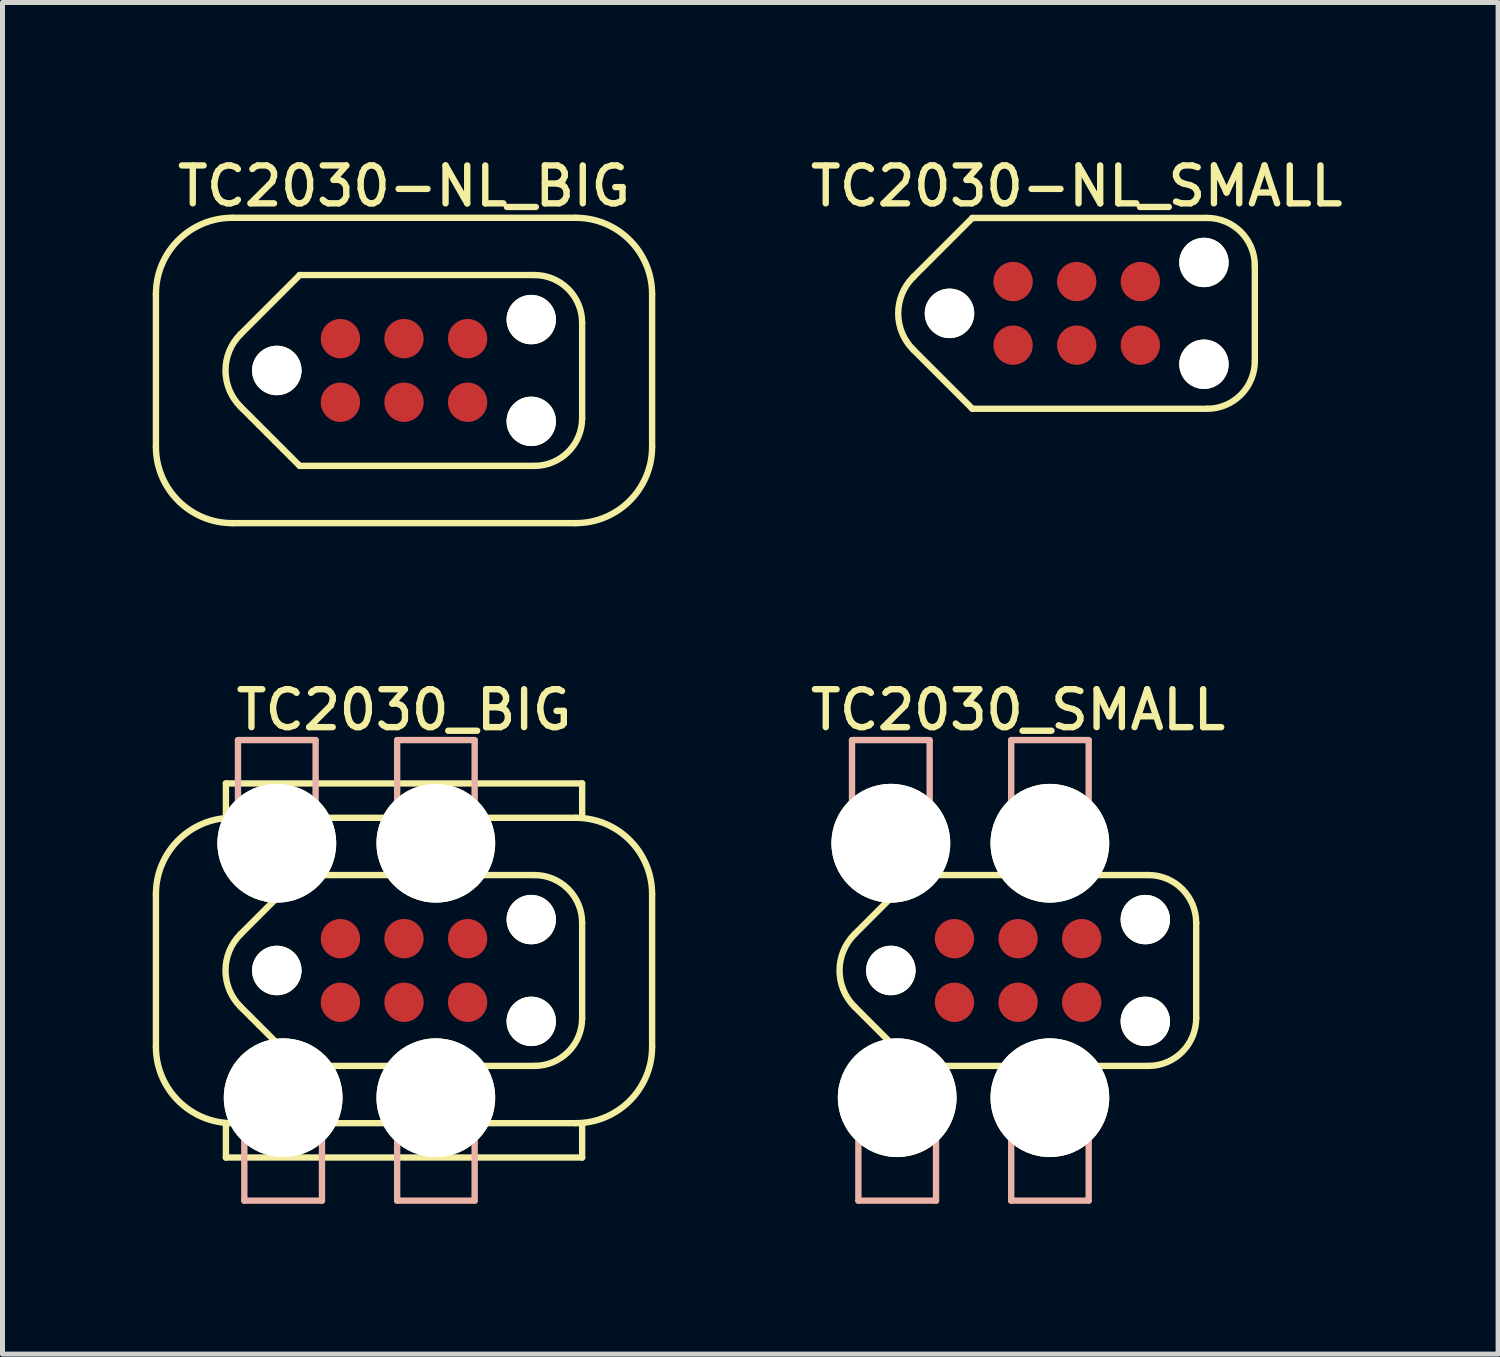
<source format=kicad_pcb>
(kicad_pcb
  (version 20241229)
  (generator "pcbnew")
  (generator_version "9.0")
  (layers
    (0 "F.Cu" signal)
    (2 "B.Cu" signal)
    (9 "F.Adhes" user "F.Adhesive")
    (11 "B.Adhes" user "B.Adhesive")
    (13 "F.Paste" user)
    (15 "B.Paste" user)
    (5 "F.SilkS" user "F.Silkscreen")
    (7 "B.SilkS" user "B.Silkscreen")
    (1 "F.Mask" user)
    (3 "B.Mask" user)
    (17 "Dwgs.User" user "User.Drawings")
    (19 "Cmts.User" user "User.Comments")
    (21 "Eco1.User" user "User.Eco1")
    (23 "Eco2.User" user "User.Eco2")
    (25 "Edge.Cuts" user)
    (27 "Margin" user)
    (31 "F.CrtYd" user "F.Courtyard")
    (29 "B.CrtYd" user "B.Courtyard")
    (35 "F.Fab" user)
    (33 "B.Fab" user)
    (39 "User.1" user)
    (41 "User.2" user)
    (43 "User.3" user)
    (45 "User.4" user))
  (footprint "TC2030_BIG"
    (layer "F.Cu")
    (at 5.016 16.325)
    (property "Reference" "TC2030_BIG" (at 0 -5.202 0) (layer "F.SilkS") (effects (font (size 0.757 0.757) (thickness 0.127))))
    (attr exclude_from_pos_files exclude_from_bom)
    (fp_line (start -4.953 1.524) (end -4.953 -1.524) (stroke (width 0.127) (type solid)) (layer "F.SilkS"))
    (fp_line (start -3.556 -3.734) (end -3.556 -3.048) (stroke (width 0.127) (type solid)) (layer "F.SilkS"))
    (fp_line (start -3.556 3.734) (end -3.556 3.048) (stroke (width 0.127) (type solid)) (layer "F.SilkS"))
    (fp_line (start -3.429 -3.048) (end 3.429 -3.048) (stroke (width 0.127) (type solid)) (layer "F.SilkS"))
    (fp_line (start -3.429 3.048) (end 3.429 3.048) (stroke (width 0.127) (type solid)) (layer "F.SilkS"))
    (fp_line (start -3.264 -0.724) (end -2.083 -1.905) (stroke (width 0.127) (type solid)) (layer "F.SilkS"))
    (fp_line (start -3.264 0.724) (end -2.083 1.905) (stroke (width 0.127) (type solid)) (layer "F.SilkS"))
    (fp_line (start 2.603 -1.905) (end -2.083 -1.905) (stroke (width 0.127) (type solid)) (layer "F.SilkS"))
    (fp_line (start 2.603 1.905) (end -2.083 1.905) (stroke (width 0.127) (type solid)) (layer "F.SilkS"))
    (fp_line (start 3.556 -3.734) (end -3.556 -3.734) (stroke (width 0.127) (type solid)) (layer "F.SilkS"))
    (fp_line (start 3.556 -3.734) (end 3.556 -3.048) (stroke (width 0.127) (type solid)) (layer "F.SilkS"))
    (fp_line (start 3.556 -0.953) (end 3.556 0.953) (stroke (width 0.127) (type solid)) (layer "F.SilkS"))
    (fp_line (start 3.556 3.734) (end -3.556 3.734) (stroke (width 0.127) (type solid)) (layer "F.SilkS"))
    (fp_line (start 3.556 3.734) (end 3.556 3.048) (stroke (width 0.127) (type solid)) (layer "F.SilkS"))
    (fp_line (start 4.953 -1.524) (end 4.953 1.524) (stroke (width 0.127) (type solid)) (layer "F.SilkS"))
    (fp_arc (start -4.953 -1.524) (mid -4.506631 -2.601631) (end -3.429 -3.048) (stroke (width 0.127) (type solid)) (layer "F.SilkS"))
    (fp_arc (start -3.429 3.048) (mid -4.506631 2.601631) (end -4.953 1.524) (stroke (width 0.127) (type solid)) (layer "F.SilkS"))
    (fp_arc (start -3.2639 0.7239) (mid -3.563749 0) (end -3.2639 -0.7239) (stroke (width 0.127) (type solid)) (layer "F.SilkS"))
    (fp_arc (start 2.6035 -1.905) (mid 3.277019 -1.626019) (end 3.556 -0.9525) (stroke (width 0.127) (type solid)) (layer "F.SilkS"))
    (fp_arc (start 3.429 -3.048) (mid 4.506631 -2.601631) (end 4.953 -1.524) (stroke (width 0.127) (type solid)) (layer "F.SilkS"))
    (fp_arc (start 3.556 0.9525) (mid 3.277019 1.626019) (end 2.6035 1.905) (stroke (width 0.127) (type solid)) (layer "F.SilkS"))
    (fp_arc (start 4.953 1.524) (mid 4.506631 2.601631) (end 3.429 3.048) (stroke (width 0.127) (type solid)) (layer "F.SilkS"))
    (fp_line (start -3.315 -4.6) (end -1.765 -4.6) (stroke (width 0.127) (type solid)) (layer "B.SilkS"))
    (fp_line (start -3.315 -4.595) (end -3.315 -3.378) (stroke (width 0.127) (type solid)) (layer "B.SilkS"))
    (fp_line (start -3.188 4.595) (end -3.188 3.378) (stroke (width 0.127) (type solid)) (layer "B.SilkS"))
    (fp_line (start -1.765 -4.595) (end -1.765 -3.378) (stroke (width 0.127) (type solid)) (layer "B.SilkS"))
    (fp_line (start -1.638 4.595) (end -3.188 4.595) (stroke (width 0.127) (type solid)) (layer "B.SilkS"))
    (fp_line (start -1.638 4.595) (end -1.638 3.378) (stroke (width 0.127) (type solid)) (layer "B.SilkS"))
    (fp_line (start -0.137 -4.6) (end 1.41 -4.6) (stroke (width 0.127) (type solid)) (layer "B.SilkS"))
    (fp_line (start -0.137 -4.595) (end -0.137 -3.378) (stroke (width 0.127) (type solid)) (layer "B.SilkS"))
    (fp_line (start -0.137 4.595) (end -0.137 3.378) (stroke (width 0.127) (type solid)) (layer "B.SilkS"))
    (fp_line (start 1.41 -4.595) (end 1.41 -3.378) (stroke (width 0.127) (type solid)) (layer "B.SilkS"))
    (fp_line (start 1.41 4.595) (end -0.137 4.595) (stroke (width 0.127) (type solid)) (layer "B.SilkS"))
    (fp_line (start 1.41 4.595) (end 1.41 3.378) (stroke (width 0.127) (type solid)) (layer "B.SilkS"))
    (pad "" np_thru_hole circle (at -2.54 -2.54) (size 2.372 2.372) (drill 2.372) (layers "*.Cu" "*.Mask" "F.SilkS"))
    (pad "" np_thru_hole circle (at -2.54 0) (size 0.988 0.988) (drill 0.988) (layers "*.Cu" "*.Mask" "F.SilkS"))
    (pad "" np_thru_hole circle (at -2.413 2.54) (size 2.37 2.37) (drill 2.37) (layers "*.Cu" "*.Mask" "F.SilkS"))
    (pad "" np_thru_hole circle (at 0.635 -2.54) (size 2.37 2.37) (drill 2.37) (layers "*.Cu" "*.Mask" "F.SilkS"))
    (pad "" np_thru_hole circle (at 0.635 2.54) (size 2.37 2.37) (drill 2.37) (layers "*.Cu" "*.Mask" "F.SilkS"))
    (pad "" np_thru_hole circle (at 2.54 -1.016) (size 0.986 0.986) (drill 0.986) (layers "*.Cu" "*.Mask" "F.SilkS"))
    (pad "" np_thru_hole circle (at 2.54 1.016) (size 0.986 0.986) (drill 0.986) (layers "*.Cu" "*.Mask" "F.SilkS"))
    (pad "1" connect circle (at -1.27 0.635) (size 0.785 0.785) (layers "F.Cu" "F.Mask"))
    (pad "2" connect circle (at -1.27 -0.635) (size 0.785 0.785) (layers "F.Cu" "F.Mask"))
    (pad "3" connect circle (at 0 0.635) (size 0.785 0.785) (layers "F.Cu" "F.Mask"))
    (pad "4" connect circle (at 0 -0.635) (size 0.785 0.785) (layers "F.Cu" "F.Mask"))
    (pad "5" connect circle (at 1.27 0.635) (size 0.785 0.785) (layers "F.Cu" "F.Mask"))
    (pad "6" connect circle (at 1.27 -0.635) (size 0.785 0.785) (layers "F.Cu" "F.Mask")))
  (footprint "TC2030-NL_BIG"
    (layer "F.Cu")
    (at 5.016 4.346)
    (property "Reference" "TC2030-NL_BIG" (at 0 -3.68 0) (layer "F.SilkS") (effects (font (size 0.757 0.757) (thickness 0.127))))
    (attr exclude_from_pos_files exclude_from_bom)
    (fp_line (start -4.953 1.524) (end -4.953 -1.524) (stroke (width 0.127) (type solid)) (layer "F.SilkS"))
    (fp_line (start -3.429 -3.048) (end 3.429 -3.048) (stroke (width 0.127) (type solid)) (layer "F.SilkS"))
    (fp_line (start -3.429 3.048) (end 3.429 3.048) (stroke (width 0.127) (type solid)) (layer "F.SilkS"))
    (fp_line (start -3.264 -0.724) (end -2.083 -1.905) (stroke (width 0.127) (type solid)) (layer "F.SilkS"))
    (fp_line (start -3.264 0.724) (end -2.083 1.905) (stroke (width 0.127) (type solid)) (layer "F.SilkS"))
    (fp_line (start 2.603 -1.905) (end -2.083 -1.905) (stroke (width 0.127) (type solid)) (layer "F.SilkS"))
    (fp_line (start 2.603 1.905) (end -2.083 1.905) (stroke (width 0.127) (type solid)) (layer "F.SilkS"))
    (fp_line (start 3.556 -0.953) (end 3.556 0.953) (stroke (width 0.127) (type solid)) (layer "F.SilkS"))
    (fp_line (start 4.953 -1.524) (end 4.953 1.524) (stroke (width 0.127) (type solid)) (layer "F.SilkS"))
    (fp_arc (start -4.953 -1.524) (mid -4.506631 -2.601631) (end -3.429 -3.048) (stroke (width 0.127) (type solid)) (layer "F.SilkS"))
    (fp_arc (start -3.429 3.048) (mid -4.506631 2.601631) (end -4.953 1.524) (stroke (width 0.127) (type solid)) (layer "F.SilkS"))
    (fp_arc (start -3.2639 0.7239) (mid -3.563749 0) (end -3.2639 -0.7239) (stroke (width 0.127) (type solid)) (layer "F.SilkS"))
    (fp_arc (start 2.6035 -1.905) (mid 3.277019 -1.626019) (end 3.556 -0.9525) (stroke (width 0.127) (type solid)) (layer "F.SilkS"))
    (fp_arc (start 3.429 -3.048) (mid 4.506631 -2.601631) (end 4.953 -1.524) (stroke (width 0.127) (type solid)) (layer "F.SilkS"))
    (fp_arc (start 3.556 0.9525) (mid 3.277019 1.626019) (end 2.6035 1.905) (stroke (width 0.127) (type solid)) (layer "F.SilkS"))
    (fp_arc (start 4.953 1.524) (mid 4.506631 2.601631) (end 3.429 3.048) (stroke (width 0.127) (type solid)) (layer "F.SilkS"))
    (pad "" np_thru_hole circle (at -2.54 0) (size 0.988 0.988) (drill 0.988) (layers "*.Cu" "*.Mask" "F.SilkS"))
    (pad "" np_thru_hole circle (at 2.54 -1.016) (size 0.986 0.986) (drill 0.986) (layers "*.Cu" "*.Mask" "F.SilkS"))
    (pad "" np_thru_hole circle (at 2.54 1.016) (size 0.986 0.986) (drill 0.986) (layers "*.Cu" "*.Mask" "F.SilkS"))
    (pad "1" connect circle (at -1.27 0.635) (size 0.785 0.785) (layers "F.Cu" "F.Mask"))
    (pad "2" connect circle (at -1.27 -0.635) (size 0.785 0.785) (layers "F.Cu" "F.Mask"))
    (pad "3" connect circle (at 0 0.635) (size 0.785 0.785) (layers "F.Cu" "F.Mask"))
    (pad "4" connect circle (at 0 -0.635) (size 0.785 0.785) (layers "F.Cu" "F.Mask"))
    (pad "5" connect circle (at 1.27 0.635) (size 0.785 0.785) (layers "F.Cu" "F.Mask"))
    (pad "6" connect circle (at 1.27 -0.635) (size 0.785 0.785) (layers "F.Cu" "F.Mask")))
  (footprint "TC2030_SMALL"
    (layer "F.Cu")
    (at 17.275 16.325)
    (property "Reference" "TC2030_SMALL" (at 0 -5.202 0) (layer "F.SilkS") (effects (font (size 0.757 0.757) (thickness 0.127))))
    (attr exclude_from_pos_files exclude_from_bom)
    (fp_line (start -3.264 -0.724) (end -2.083 -1.905) (stroke (width 0.127) (type solid)) (layer "F.SilkS"))
    (fp_line (start -3.264 0.724) (end -2.083 1.905) (stroke (width 0.127) (type solid)) (layer "F.SilkS"))
    (fp_line (start 2.603 -1.905) (end -2.083 -1.905) (stroke (width 0.127) (type solid)) (layer "F.SilkS"))
    (fp_line (start 2.603 1.905) (end -2.083 1.905) (stroke (width 0.127) (type solid)) (layer "F.SilkS"))
    (fp_line (start 3.556 -0.953) (end 3.556 0.953) (stroke (width 0.127) (type solid)) (layer "F.SilkS"))
    (fp_arc (start -3.2639 0.7239) (mid -3.563749 0) (end -3.2639 -0.7239) (stroke (width 0.127) (type solid)) (layer "F.SilkS"))
    (fp_arc (start 2.6035 -1.905) (mid 3.277019 -1.626019) (end 3.556 -0.9525) (stroke (width 0.127) (type solid)) (layer "F.SilkS"))
    (fp_arc (start 3.556 0.9525) (mid 3.277019 1.626019) (end 2.6035 1.905) (stroke (width 0.127) (type solid)) (layer "F.SilkS"))
    (fp_line (start -3.315 -4.6) (end -1.765 -4.6) (stroke (width 0.127) (type solid)) (layer "B.SilkS"))
    (fp_line (start -3.315 -4.595) (end -3.315 -3.378) (stroke (width 0.127) (type solid)) (layer "B.SilkS"))
    (fp_line (start -3.188 4.595) (end -3.188 3.378) (stroke (width 0.127) (type solid)) (layer "B.SilkS"))
    (fp_line (start -1.765 -4.595) (end -1.765 -3.378) (stroke (width 0.127) (type solid)) (layer "B.SilkS"))
    (fp_line (start -1.638 4.595) (end -3.188 4.595) (stroke (width 0.127) (type solid)) (layer "B.SilkS"))
    (fp_line (start -1.638 4.595) (end -1.638 3.378) (stroke (width 0.127) (type solid)) (layer "B.SilkS"))
    (fp_line (start -0.137 -4.6) (end 1.41 -4.6) (stroke (width 0.127) (type solid)) (layer "B.SilkS"))
    (fp_line (start -0.137 -4.595) (end -0.137 -3.378) (stroke (width 0.127) (type solid)) (layer "B.SilkS"))
    (fp_line (start -0.137 4.595) (end -0.137 3.378) (stroke (width 0.127) (type solid)) (layer "B.SilkS"))
    (fp_line (start 1.41 -4.595) (end 1.41 -3.378) (stroke (width 0.127) (type solid)) (layer "B.SilkS"))
    (fp_line (start 1.41 4.595) (end -0.137 4.595) (stroke (width 0.127) (type solid)) (layer "B.SilkS"))
    (fp_line (start 1.41 4.595) (end 1.41 3.378) (stroke (width 0.127) (type solid)) (layer "B.SilkS"))
    (pad "" np_thru_hole circle (at -2.54 -2.54) (size 2.372 2.372) (drill 2.372) (layers "*.Cu" "*.Mask" "F.SilkS"))
    (pad "" np_thru_hole circle (at -2.54 0) (size 0.988 0.988) (drill 0.988) (layers "*.Cu" "*.Mask" "F.SilkS"))
    (pad "" np_thru_hole circle (at -2.413 2.54) (size 2.37 2.37) (drill 2.37) (layers "*.Cu" "*.Mask" "F.SilkS"))
    (pad "" np_thru_hole circle (at 0.635 -2.54) (size 2.37 2.37) (drill 2.37) (layers "*.Cu" "*.Mask" "F.SilkS"))
    (pad "" np_thru_hole circle (at 0.635 2.54) (size 2.37 2.37) (drill 2.37) (layers "*.Cu" "*.Mask" "F.SilkS"))
    (pad "" np_thru_hole circle (at 2.54 -1.016) (size 0.986 0.986) (drill 0.986) (layers "*.Cu" "*.Mask" "F.SilkS"))
    (pad "" np_thru_hole circle (at 2.54 1.016) (size 0.986 0.986) (drill 0.986) (layers "*.Cu" "*.Mask" "F.SilkS"))
    (pad "1" connect circle (at -1.27 0.635) (size 0.785 0.785) (layers "F.Cu" "F.Mask"))
    (pad "2" connect circle (at -1.27 -0.635) (size 0.785 0.785) (layers "F.Cu" "F.Mask"))
    (pad "3" connect circle (at 0 0.635) (size 0.785 0.785) (layers "F.Cu" "F.Mask"))
    (pad "4" connect circle (at 0 -0.635) (size 0.785 0.785) (layers "F.Cu" "F.Mask"))
    (pad "5" connect circle (at 1.27 0.635) (size 0.785 0.785) (layers "F.Cu" "F.Mask"))
    (pad "6" connect circle (at 1.27 -0.635) (size 0.785 0.785) (layers "F.Cu" "F.Mask")))
  (footprint "TC2030-NL_SMALL"
    (layer "F.Cu")
    (at 18.446 3.206)
    (property "Reference" "TC2030-NL_SMALL" (at 0 -2.54 0) (layer "F.SilkS") (effects (font (size 0.757 0.757) (thickness 0.127))))
    (attr exclude_from_pos_files exclude_from_bom)
    (fp_line (start -3.264 -0.724) (end -2.083 -1.905) (stroke (width 0.127) (type solid)) (layer "F.SilkS"))
    (fp_line (start -3.264 0.724) (end -2.083 1.905) (stroke (width 0.127) (type solid)) (layer "F.SilkS"))
    (fp_line (start 2.603 -1.905) (end -2.083 -1.905) (stroke (width 0.127) (type solid)) (layer "F.SilkS"))
    (fp_line (start 2.603 1.905) (end -2.083 1.905) (stroke (width 0.127) (type solid)) (layer "F.SilkS"))
    (fp_line (start 3.556 -0.953) (end 3.556 0.953) (stroke (width 0.127) (type solid)) (layer "F.SilkS"))
    (fp_arc (start -3.2639 0.7239) (mid -3.563749 0) (end -3.2639 -0.7239) (stroke (width 0.127) (type solid)) (layer "F.SilkS"))
    (fp_arc (start 2.6035 -1.905) (mid 3.277019 -1.626019) (end 3.556 -0.9525) (stroke (width 0.127) (type solid)) (layer "F.SilkS"))
    (fp_arc (start 3.556 0.9525) (mid 3.277019 1.626019) (end 2.6035 1.905) (stroke (width 0.127) (type solid)) (layer "F.SilkS"))
    (pad "" np_thru_hole circle (at -2.54 0) (size 0.988 0.988) (drill 0.988) (layers "*.Cu" "*.Mask" "F.SilkS"))
    (pad "" np_thru_hole circle (at 2.54 -1.016) (size 0.986 0.986) (drill 0.986) (layers "*.Cu" "*.Mask" "F.SilkS"))
    (pad "" np_thru_hole circle (at 2.54 1.016) (size 0.986 0.986) (drill 0.986) (layers "*.Cu" "*.Mask" "F.SilkS"))
    (pad "1" connect circle (at -1.27 0.635) (size 0.785 0.785) (layers "F.Cu" "F.Mask"))
    (pad "2" connect circle (at -1.27 -0.635) (size 0.785 0.785) (layers "F.Cu" "F.Mask"))
    (pad "3" connect circle (at 0 0.635) (size 0.785 0.785) (layers "F.Cu" "F.Mask"))
    (pad "4" connect circle (at 0 -0.635) (size 0.785 0.785) (layers "F.Cu" "F.Mask"))
    (pad "5" connect circle (at 1.27 0.635) (size 0.785 0.785) (layers "F.Cu" "F.Mask"))
    (pad "6" connect circle (at 1.27 -0.635) (size 0.785 0.785) (layers "F.Cu" "F.Mask")))
  (gr_rect
    (start -3 -3)
    (end 26.859 23.984)
    (stroke (width 0.1) (type default))
    (fill no)
    (layer "Edge.Cuts")))
</source>
